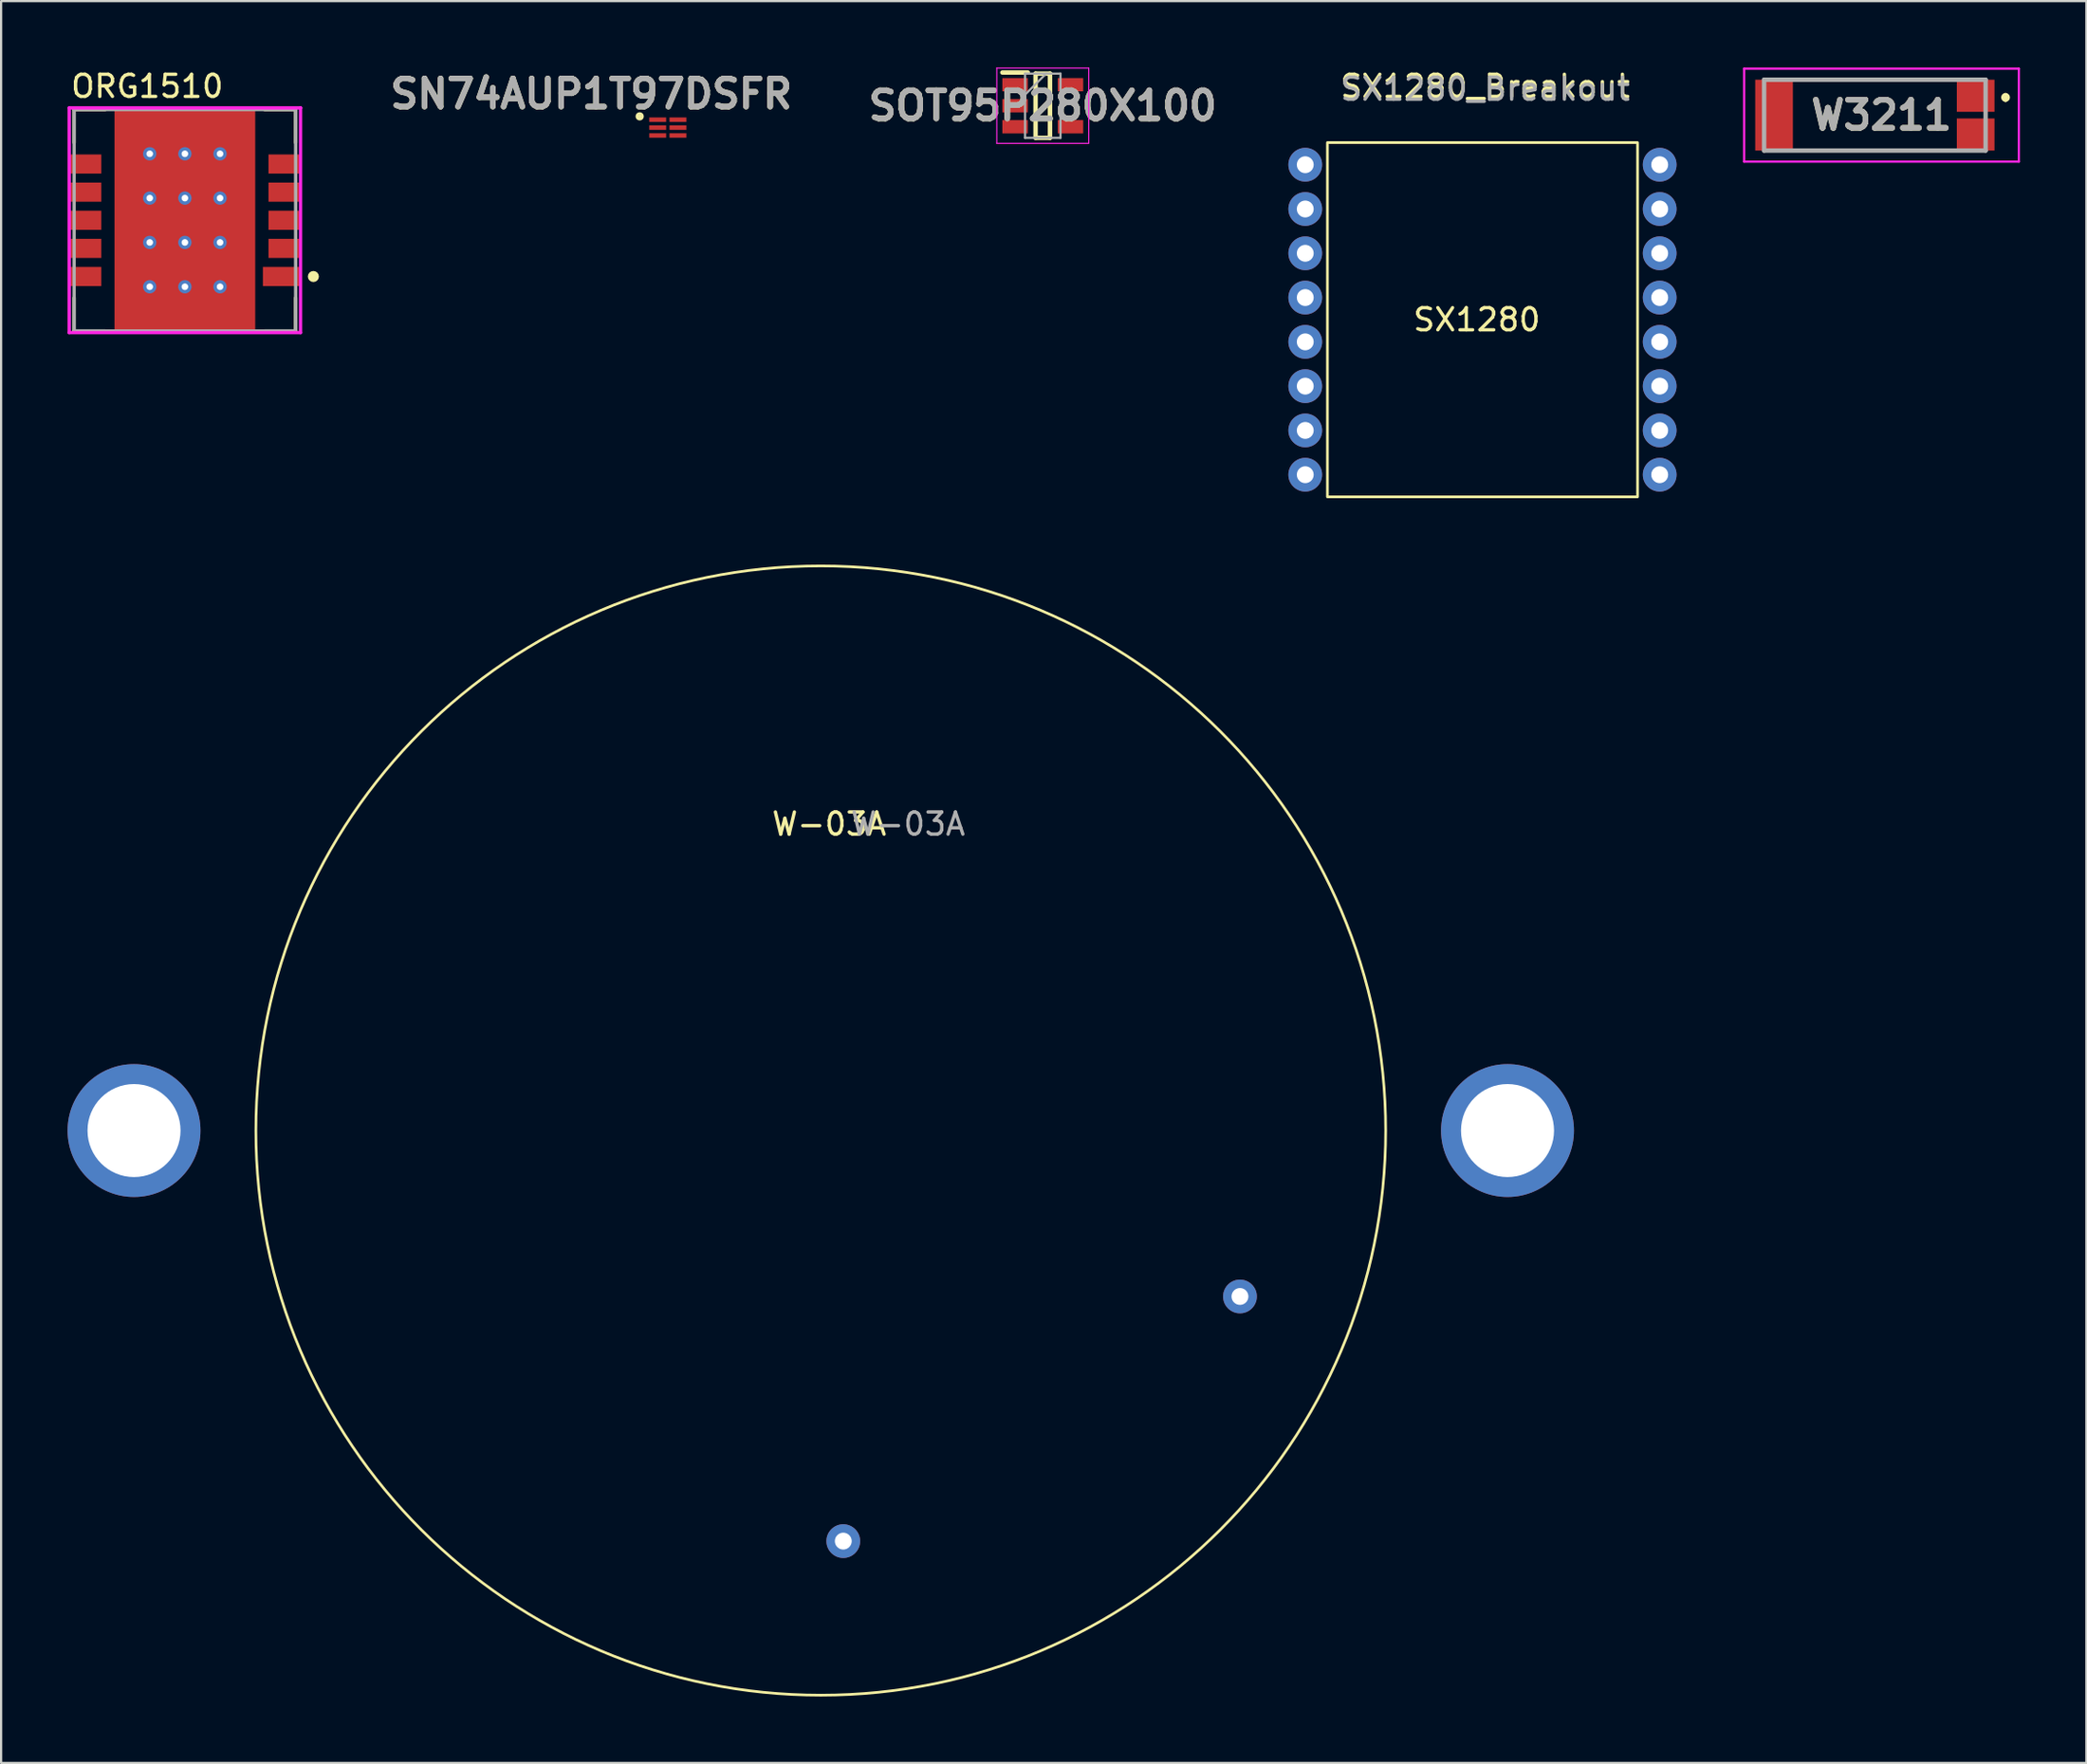
<source format=kicad_pcb>
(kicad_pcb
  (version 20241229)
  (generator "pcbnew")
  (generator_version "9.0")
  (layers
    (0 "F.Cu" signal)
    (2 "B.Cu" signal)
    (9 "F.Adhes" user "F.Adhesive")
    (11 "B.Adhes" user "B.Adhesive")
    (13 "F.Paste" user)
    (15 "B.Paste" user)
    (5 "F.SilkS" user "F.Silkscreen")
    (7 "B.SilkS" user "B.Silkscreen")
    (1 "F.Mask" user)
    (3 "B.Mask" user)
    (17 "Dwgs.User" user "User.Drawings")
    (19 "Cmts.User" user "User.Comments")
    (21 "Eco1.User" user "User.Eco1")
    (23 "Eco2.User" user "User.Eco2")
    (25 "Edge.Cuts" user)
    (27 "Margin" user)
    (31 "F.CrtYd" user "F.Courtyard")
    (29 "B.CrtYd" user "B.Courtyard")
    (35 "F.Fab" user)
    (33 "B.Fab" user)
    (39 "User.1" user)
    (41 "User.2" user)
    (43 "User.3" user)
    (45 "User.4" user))
  (footprint "W3211"
    (layer "F.Cu")
    (at 81.582 2.15)
    (property "Reference" "W3211" (at 0.3 0 0) (layer "F.SilkS") (effects (font (size 1.27 1.27) (thickness 0.254))))
    (attr smd)
    (fp_line (start -3 -1.6) (end 3 -1.6) (stroke (width 0.1) (type solid)) (layer "F.SilkS"))
    (fp_line (start -3 1.6) (end 3 1.6) (stroke (width 0.1) (type solid)) (layer "F.SilkS"))
    (fp_line (start 5.9 -0.9) (end 5.9 -0.9) (stroke (width 0.2) (type solid)) (layer "F.SilkS"))
    (fp_line (start 5.9 -0.7) (end 5.9 -0.7) (stroke (width 0.2) (type solid)) (layer "F.SilkS"))
    (fp_arc (start 5.9 -0.9) (mid 6 -0.8) (end 5.9 -0.7) (stroke (width 0.2) (type solid)) (layer "F.SilkS"))
    (fp_arc (start 5.9 -0.7) (mid 5.8 -0.8) (end 5.9 -0.9) (stroke (width 0.2) (type solid)) (layer "F.SilkS"))
    (fp_line (start -5.9 -2.1) (end 6.5 -2.1) (stroke (width 0.1) (type solid)) (layer "F.CrtYd"))
    (fp_line (start -5.9 2.1) (end -5.9 -2.1) (stroke (width 0.1) (type solid)) (layer "F.CrtYd"))
    (fp_line (start 6.5 -2.1) (end 6.5 2.1) (stroke (width 0.1) (type solid)) (layer "F.CrtYd"))
    (fp_line (start 6.5 2.1) (end -5.9 2.1) (stroke (width 0.1) (type solid)) (layer "F.CrtYd"))
    (fp_line (start -5 -1.6) (end 5 -1.6) (stroke (width 0.2) (type solid)) (layer "F.Fab"))
    (fp_line (start -5 1.6) (end -5 -1.6) (stroke (width 0.2) (type solid)) (layer "F.Fab"))
    (fp_line (start 5 -1.6) (end 5 1.6) (stroke (width 0.2) (type solid)) (layer "F.Fab"))
    (fp_line (start 5 1.6) (end -5 1.6) (stroke (width 0.2) (type solid)) (layer "F.Fab"))
    (fp_text user "${REFERENCE}" (at 0.3 0 0) (layer "F.Fab") (effects (font (size 1.27 1.27) (thickness 0.254))))
    (pad "1" smd rect (at 4.55 -0.875 90) (size 1.45 1.7) (layers "F.Cu" "F.Mask" "F.Paste"))
    (pad "2" smd rect (at -4.55 0) (size 1.7 3.2) (layers "F.Cu" "F.Mask" "F.Paste"))
    (pad "2" smd rect (at 4.55 0.875 90) (size 1.45 1.7) (layers "F.Cu" "F.Mask" "F.Paste")))
  (footprint "ORG1510"
    (layer "F.Cu")
    (at 5.296 6.898)
    (property "Reference" "ORG1510" (at -5.225 -6.05 0) (layer "F.SilkS") (effects (font (size 1 1) (thickness 0.15)) (justify left)))
    (attr through_hole)
    (fp_line (start -5 -5) (end -5 -3.5) (stroke (width 0.15) (type solid)) (layer "F.SilkS"))
    (fp_line (start -5 -5) (end -3.6 -5) (stroke (width 0.15) (type solid)) (layer "F.SilkS"))
    (fp_line (start -5 5) (end -5 3.5) (stroke (width 0.15) (type solid)) (layer "F.SilkS"))
    (fp_line (start -5 5) (end -3.6 5) (stroke (width 0.15) (type solid)) (layer "F.SilkS"))
    (fp_line (start 5 -5) (end 3.6 -5) (stroke (width 0.15) (type solid)) (layer "F.SilkS"))
    (fp_line (start 5 -5) (end 5 -3.5) (stroke (width 0.15) (type solid)) (layer "F.SilkS"))
    (fp_line (start 5 5) (end 3.6 5) (stroke (width 0.15) (type solid)) (layer "F.SilkS"))
    (fp_line (start 5 5) (end 5 3.5) (stroke (width 0.15) (type solid)) (layer "F.SilkS"))
    (fp_circle (center 5.8 2.54) (end 5.925 2.54) (stroke (width 0.25) (type solid)) (fill no) (layer "F.SilkS"))
    (fp_line (start -5.221 -5.075) (end -5.221 5.075) (stroke (width 0.15) (type solid)) (layer "F.CrtYd"))
    (fp_line (start -5.221 5.075) (end 5.221 5.075) (stroke (width 0.15) (type solid)) (layer "F.CrtYd"))
    (fp_line (start 5.221 -5.075) (end -5.221 -5.075) (stroke (width 0.15) (type solid)) (layer "F.CrtYd"))
    (fp_line (start 5.221 -5.075) (end 5.221 -5.075) (stroke (width 0.15) (type solid)) (layer "F.CrtYd"))
    (fp_line (start 5.221 5.075) (end 5.221 -5.075) (stroke (width 0.15) (type solid)) (layer "F.CrtYd"))
    (fp_line (start -5 -5) (end 5 -5) (stroke (width 0.15) (type solid)) (layer "F.Fab"))
    (fp_line (start -5 5) (end -5 -5) (stroke (width 0.15) (type solid)) (layer "F.Fab"))
    (fp_line (start 5 -5) (end 5 5) (stroke (width 0.15) (type solid)) (layer "F.Fab"))
    (fp_line (start 5 5) (end -5 5) (stroke (width 0.15) (type solid)) (layer "F.Fab"))
    (pad "1" smd rect (at 4.358 2.54) (size 1.676 0.864) (layers "F.Cu" "F.Mask" "F.Paste"))
    (pad "2" smd rect (at 4.485 1.27) (size 1.422 0.864) (layers "F.Cu" "F.Mask" "F.Paste"))
    (pad "3" smd rect (at 4.485 0) (size 1.422 0.864) (layers "F.Cu" "F.Mask" "F.Paste"))
    (pad "4" smd rect (at 4.485 -1.27) (size 1.422 0.864) (layers "F.Cu" "F.Mask" "F.Paste"))
    (pad "5" smd rect (at 4.485 -2.54) (size 1.422 0.864) (layers "F.Cu" "F.Mask" "F.Paste"))
    (pad "6" smd rect (at -4.485 -2.54) (size 1.422 0.864) (layers "F.Cu" "F.Mask" "F.Paste"))
    (pad "7" smd rect (at -4.485 -1.27) (size 1.422 0.864) (layers "F.Cu" "F.Mask" "F.Paste"))
    (pad "8" smd rect (at -4.485 0) (size 1.422 0.864) (layers "F.Cu" "F.Mask" "F.Paste"))
    (pad "9" smd rect (at -4.485 1.27) (size 1.422 0.864) (layers "F.Cu" "F.Mask" "F.Paste"))
    (pad "10" smd rect (at -4.485 2.54) (size 1.422 0.864) (layers "F.Cu" "F.Mask" "F.Paste"))
    (pad "11" smd rect (at 0 0) (size 6.35 10.008) (layers "F.Cu" "F.Mask" "F.Paste"))
    (pad "~" thru_hole circle (at -1.587 -3.002) (size 0.6 0.6) (drill 0.3) (layers "*.Cu"))
    (pad "~" thru_hole circle (at -1.587 -1.001) (size 0.6 0.6) (drill 0.3) (layers "*.Cu"))
    (pad "~" thru_hole circle (at -1.587 1.001) (size 0.6 0.6) (drill 0.3) (layers "*.Cu"))
    (pad "~" thru_hole circle (at -1.587 3.002) (size 0.6 0.6) (drill 0.3) (layers "*.Cu"))
    (pad "~" thru_hole circle (at 0 -3.002) (size 0.6 0.6) (drill 0.3) (layers "*.Cu"))
    (pad "~" thru_hole circle (at 0 -1.001) (size 0.6 0.6) (drill 0.3) (layers "*.Cu"))
    (pad "~" thru_hole circle (at 0 1.001) (size 0.6 0.6) (drill 0.3) (layers "*.Cu"))
    (pad "~" thru_hole circle (at 0 3.002) (size 0.6 0.6) (drill 0.3) (layers "*.Cu"))
    (pad "~" thru_hole circle (at 1.587 -3.002) (size 0.6 0.6) (drill 0.3) (layers "*.Cu"))
    (pad "~" thru_hole circle (at 1.587 -1.001) (size 0.6 0.6) (drill 0.3) (layers "*.Cu"))
    (pad "~" thru_hole circle (at 1.587 1.001) (size 0.6 0.6) (drill 0.3) (layers "*.Cu"))
    (pad "~" thru_hole circle (at 1.587 3.002) (size 0.6 0.6) (drill 0.3) (layers "*.Cu")))
  (footprint "SOT95P280X100"
    (layer "F.Cu")
    (at 44.022 1.725)
    (property "Reference" "SOT95P280X100" (at 0 0 0) (layer "F.SilkS") (effects (font (size 1.27 1.27) (thickness 0.254))))
    (attr smd)
    (fp_line (start -1.825 -1.5) (end -0.675 -1.5) (stroke (width 0.2) (type solid)) (layer "F.SilkS"))
    (fp_line (start -0.325 -1.45) (end 0.325 -1.45) (stroke (width 0.2) (type solid)) (layer "F.SilkS"))
    (fp_line (start -0.325 1.45) (end -0.325 -1.45) (stroke (width 0.2) (type solid)) (layer "F.SilkS"))
    (fp_line (start 0.325 -1.45) (end 0.325 1.45) (stroke (width 0.2) (type solid)) (layer "F.SilkS"))
    (fp_line (start 0.325 1.45) (end -0.325 1.45) (stroke (width 0.2) (type solid)) (layer "F.SilkS"))
    (fp_line (start -2.075 -1.7) (end 2.075 -1.7) (stroke (width 0.05) (type solid)) (layer "F.CrtYd"))
    (fp_line (start -2.075 1.7) (end -2.075 -1.7) (stroke (width 0.05) (type solid)) (layer "F.CrtYd"))
    (fp_line (start 2.075 -1.7) (end 2.075 1.7) (stroke (width 0.05) (type solid)) (layer "F.CrtYd"))
    (fp_line (start 2.075 1.7) (end -2.075 1.7) (stroke (width 0.05) (type solid)) (layer "F.CrtYd"))
    (fp_line (start -0.8 -1.45) (end 0.8 -1.45) (stroke (width 0.1) (type solid)) (layer "F.Fab"))
    (fp_line (start -0.8 -0.5) (end 0.15 -1.45) (stroke (width 0.1) (type solid)) (layer "F.Fab"))
    (fp_line (start -0.8 1.45) (end -0.8 -1.45) (stroke (width 0.1) (type solid)) (layer "F.Fab"))
    (fp_line (start 0.8 -1.45) (end 0.8 1.45) (stroke (width 0.1) (type solid)) (layer "F.Fab"))
    (fp_line (start 0.8 1.45) (end -0.8 1.45) (stroke (width 0.1) (type solid)) (layer "F.Fab"))
    (fp_text user "${REFERENCE}" (at 0 0 0) (layer "F.Fab") (effects (font (size 1.27 1.27) (thickness 0.254))))
    (pad "1" smd rect (at -1.25 -0.95 90) (size 0.6 1.15) (layers "F.Cu" "F.Mask" "F.Paste"))
    (pad "2" smd rect (at -1.25 0 90) (size 0.6 1.15) (layers "F.Cu" "F.Mask" "F.Paste"))
    (pad "3" smd rect (at -1.25 0.95 90) (size 0.6 1.15) (layers "F.Cu" "F.Mask" "F.Paste"))
    (pad "4" smd rect (at 1.25 0.95 90) (size 0.6 1.15) (layers "F.Cu" "F.Mask" "F.Paste"))
    (pad "5" smd rect (at 1.25 -0.95 90) (size 0.6 1.15) (layers "F.Cu" "F.Mask" "F.Paste")))
  (footprint "SX1280_Breakout"
    (layer "F.Cu")
    (at 63.87 11.389)
    (property "Reference" "SX1280_Breakout" (at 0.127 -10.541 0) (unlocked yes) (layer "F.SilkS") (effects (font (size 1 1) (thickness 0.15))))
    (attr through_hole)
    (fp_rect (start -7 -8) (end 7 8) (stroke (width 0.12) (type solid)) (fill no) (layer "F.SilkS"))
    (fp_text user "SX1280" (at -0.254 0 0) (unlocked yes) (layer "F.SilkS") (effects (font (size 1 1) (thickness 0.15))))
    (fp_text user "${REFERENCE}" (at 0.127 -10.414 0) (unlocked yes) (layer "F.Fab") (effects (font (size 1 1) (thickness 0.15))))
    (pad "1" thru_hole circle (at -8 -7) (size 1.524 1.524) (drill 0.762) (layers "*.Cu" "*.Mask"))
    (pad "2" thru_hole circle (at -8 -5) (size 1.524 1.524) (drill 0.762) (layers "*.Cu" "*.Mask"))
    (pad "3" thru_hole circle (at -8 -3) (size 1.524 1.524) (drill 0.762) (layers "*.Cu" "*.Mask"))
    (pad "4" thru_hole circle (at -8 -1) (size 1.524 1.524) (drill 0.762) (layers "*.Cu" "*.Mask"))
    (pad "5" thru_hole circle (at -8 1) (size 1.524 1.524) (drill 0.762) (layers "*.Cu" "*.Mask"))
    (pad "6" thru_hole circle (at -8 3) (size 1.524 1.524) (drill 0.762) (layers "*.Cu" "*.Mask"))
    (pad "7" thru_hole circle (at -8 5) (size 1.524 1.524) (drill 0.762) (layers "*.Cu" "*.Mask"))
    (pad "8" thru_hole circle (at -8 7) (size 1.524 1.524) (drill 0.762) (layers "*.Cu" "*.Mask"))
    (pad "9" thru_hole circle (at 8 7) (size 1.524 1.524) (drill 0.762) (layers "*.Cu" "*.Mask"))
    (pad "10" thru_hole circle (at 8 5) (size 1.524 1.524) (drill 0.762) (layers "*.Cu" "*.Mask"))
    (pad "11" thru_hole circle (at 8 3) (size 1.524 1.524) (drill 0.762) (layers "*.Cu" "*.Mask"))
    (pad "12" thru_hole circle (at 8 1) (size 1.524 1.524) (drill 0.762) (layers "*.Cu" "*.Mask"))
    (pad "13" thru_hole circle (at 8 -1) (size 1.524 1.524) (drill 0.762) (layers "*.Cu" "*.Mask"))
    (pad "14" thru_hole circle (at 8 -3) (size 1.524 1.524) (drill 0.762) (layers "*.Cu" "*.Mask"))
    (pad "15" thru_hole circle (at 8 -5) (size 1.524 1.524) (drill 0.762) (layers "*.Cu" "*.Mask"))
    (pad "16" thru_hole circle (at 8 -7) (size 1.524 1.524) (drill 0.762) (layers "*.Cu" "*.Mask")))
  (footprint "W-03A"
    (layer "F.Cu")
    (at 34 48.009)
    (property "Reference" "W-03A" (at 0.381 -13.843 0) (unlocked yes) (layer "F.SilkS") (effects (font (size 1 1) (thickness 0.15))))
    (attr through_hole)
    (fp_circle (center 0 0) (end 25.5 0) (stroke (width 0.12) (type solid)) (fill no) (layer "F.SilkS"))
    (fp_text user "${REFERENCE}" (at 3.937 -13.843 0) (unlocked yes) (layer "F.Fab") (effects (font (size 1 1) (thickness 0.15))))
    (pad "" np_thru_hole circle (at -31 0) (size 6 6) (drill 4.2) (layers "*.Cu" "*.Mask"))
    (pad "" np_thru_hole circle (at 31 0) (size 6 6) (drill 4.2) (layers "*.Cu" "*.Mask"))
    (pad "1" thru_hole circle (at 1.016 18.542) (size 1.524 1.524) (drill 0.762) (layers "*.Cu" "*.Mask"))
    (pad "2" thru_hole circle (at 18.923 7.493) (size 1.524 1.524) (drill 0.762) (layers "*.Cu" "*.Mask")))
  (footprint "SN74AUP1T97DSFR"
    (layer "F.Cu")
    (at 27.096 2.713)
    (property "Reference" "SN74AUP1T97DSFR" (at -3.454 -1.524 0) (layer "F.SilkS") (effects (font (size 1.27 1.27) (thickness 0.254))))
    (attr smd)
    (fp_circle (center -1.27 -0.508) (end -1.27 -0.508) (stroke (width 0.12) (type solid)) (fill no) (layer "F.SilkS"))
    (fp_circle (center -1.27 -0.508) (end -1.143 -0.508) (stroke (width 0.12) (type solid)) (fill no) (layer "F.SilkS"))
    (fp_text user "${REFERENCE}" (at -3.454 -1.524 0) (layer "F.Fab") (effects (font (size 1.27 1.27) (thickness 0.254))))
    (pad "1" smd rect (at -0.457 -0.356 90) (size 0.203 0.762) (layers "F.Cu" "F.Mask" "F.Paste"))
    (pad "2" smd rect (at -0.457 0 90) (size 0.203 0.762) (layers "F.Cu" "F.Mask" "F.Paste"))
    (pad "3" smd rect (at -0.457 0.356 90) (size 0.203 0.762) (layers "F.Cu" "F.Mask" "F.Paste"))
    (pad "4" smd rect (at 0.457 0.356 90) (size 0.203 0.762) (layers "F.Cu" "F.Mask" "F.Paste"))
    (pad "5" smd rect (at 0.457 0 90) (size 0.203 0.762) (layers "F.Cu" "F.Mask" "F.Paste"))
    (pad "6" smd rect (at 0.457 -0.356 90) (size 0.203 0.762) (layers "F.Cu" "F.Mask" "F.Paste")))
  (gr_rect
    (start -3 -3)
    (end 91.132 76.569)
    (stroke (width 0.1) (type default))
    (fill no)
    (layer "Edge.Cuts")))
</source>
